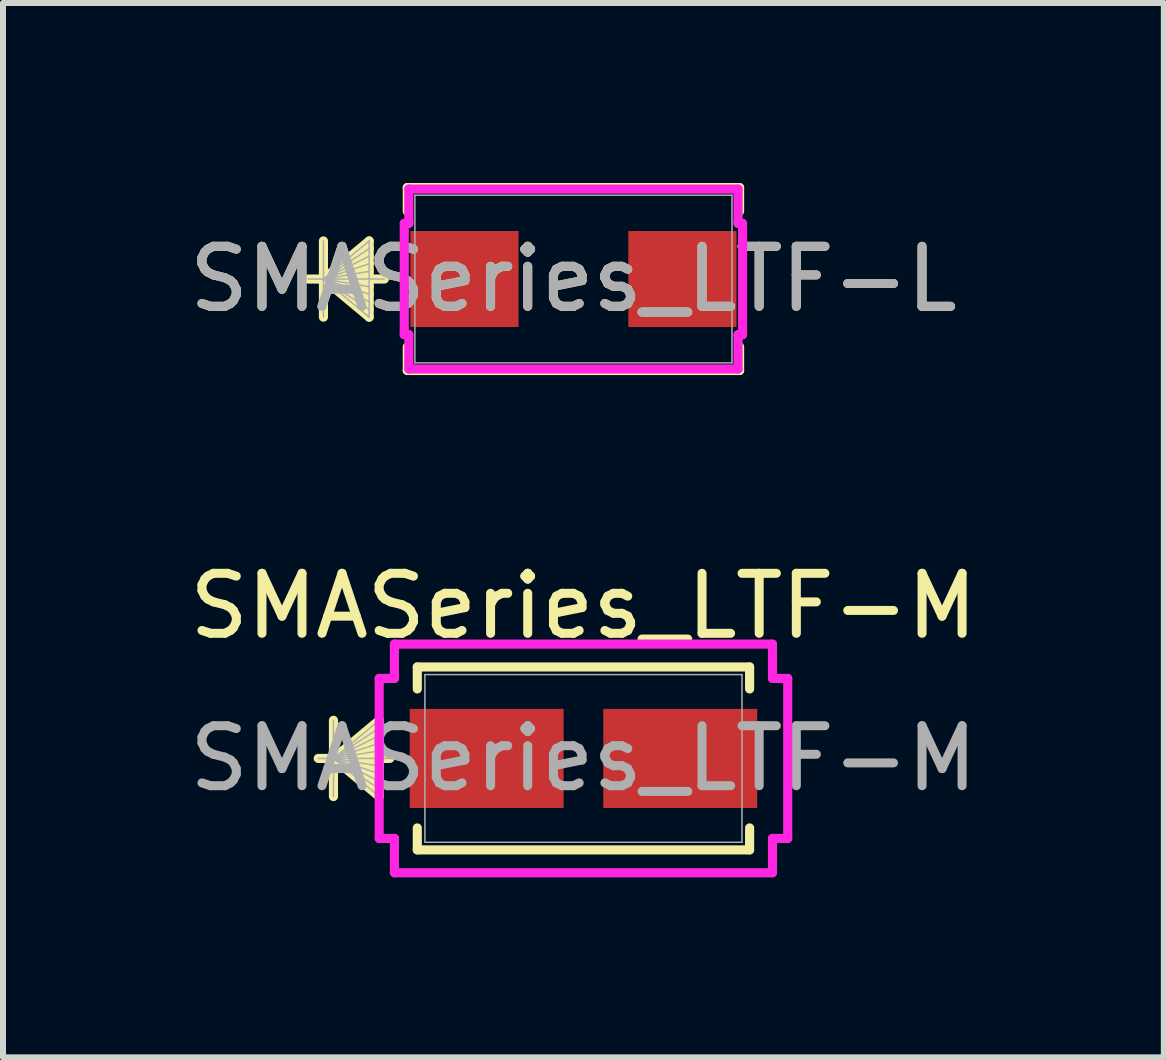
<source format=kicad_pcb>
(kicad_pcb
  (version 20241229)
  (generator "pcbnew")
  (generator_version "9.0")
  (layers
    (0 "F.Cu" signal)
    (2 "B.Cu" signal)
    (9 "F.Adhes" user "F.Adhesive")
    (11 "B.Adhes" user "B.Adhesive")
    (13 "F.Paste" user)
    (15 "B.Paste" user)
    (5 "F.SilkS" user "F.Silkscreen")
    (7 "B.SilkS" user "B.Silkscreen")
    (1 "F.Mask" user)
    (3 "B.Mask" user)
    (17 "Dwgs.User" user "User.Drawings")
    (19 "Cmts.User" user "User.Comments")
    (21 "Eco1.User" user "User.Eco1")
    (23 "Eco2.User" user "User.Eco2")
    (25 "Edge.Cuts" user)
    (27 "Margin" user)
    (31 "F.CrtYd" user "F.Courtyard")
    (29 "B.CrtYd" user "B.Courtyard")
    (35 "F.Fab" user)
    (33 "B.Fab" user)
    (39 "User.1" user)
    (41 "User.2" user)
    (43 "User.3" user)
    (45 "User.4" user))
  (footprint "SMASeries_LTF-M"
    (layer "F.Cu")
    (at 6.673 9.589)
    (property "Reference" "SMASeries_LTF-M" (at 0 -2.54 0) (layer "F.SilkS") (effects (font (size 1 1) (thickness 0.15))))
    (attr smd)
    (fp_line (start -4.166 -0.635) (end -4.166 0.635) (stroke (width 0.152) (type solid)) (layer "F.SilkS"))
    (fp_line (start -4.166 0) (end -3.404 -0.635) (stroke (width 0.152) (type solid)) (layer "F.SilkS"))
    (fp_line (start -4.166 0) (end -3.404 -0.508) (stroke (width 0.152) (type solid)) (layer "F.SilkS"))
    (fp_line (start -4.166 0) (end -3.404 -0.381) (stroke (width 0.152) (type solid)) (layer "F.SilkS"))
    (fp_line (start -4.166 0) (end -3.404 -0.254) (stroke (width 0.152) (type solid)) (layer "F.SilkS"))
    (fp_line (start -4.166 0) (end -3.404 -0.127) (stroke (width 0.152) (type solid)) (layer "F.SilkS"))
    (fp_line (start -4.166 0) (end -3.404 0.127) (stroke (width 0.152) (type solid)) (layer "F.SilkS"))
    (fp_line (start -4.166 0) (end -3.404 0.254) (stroke (width 0.152) (type solid)) (layer "F.SilkS"))
    (fp_line (start -4.166 0) (end -3.404 0.381) (stroke (width 0.152) (type solid)) (layer "F.SilkS"))
    (fp_line (start -4.166 0) (end -3.404 0.508) (stroke (width 0.152) (type solid)) (layer "F.SilkS"))
    (fp_line (start -4.166 0) (end -3.404 0.635) (stroke (width 0.152) (type solid)) (layer "F.SilkS"))
    (fp_line (start -3.404 -0.635) (end -3.404 0.635) (stroke (width 0.152) (type solid)) (layer "F.SilkS"))
    (fp_line (start -3.228 0) (end -4.42 0) (stroke (width 0.152) (type solid)) (layer "F.SilkS"))
    (fp_line (start -2.769 -1.524) (end -2.769 -1.158) (stroke (width 0.152) (type solid)) (layer "F.SilkS"))
    (fp_line (start -2.769 1.158) (end -2.769 1.524) (stroke (width 0.152) (type solid)) (layer "F.SilkS"))
    (fp_line (start -2.769 1.524) (end 2.769 1.524) (stroke (width 0.152) (type solid)) (layer "F.SilkS"))
    (fp_line (start 2.769 -1.524) (end -2.769 -1.524) (stroke (width 0.152) (type solid)) (layer "F.SilkS"))
    (fp_line (start 2.769 -1.158) (end 2.769 -1.524) (stroke (width 0.152) (type solid)) (layer "F.SilkS"))
    (fp_line (start 2.769 1.524) (end 2.769 1.158) (stroke (width 0.152) (type solid)) (layer "F.SilkS"))
    (fp_line (start -3.404 -1.333) (end -3.15 -1.333) (stroke (width 0.152) (type solid)) (layer "F.CrtYd"))
    (fp_line (start -3.404 1.333) (end -3.404 -1.333) (stroke (width 0.152) (type solid)) (layer "F.CrtYd"))
    (fp_line (start -3.15 -1.905) (end 3.15 -1.905) (stroke (width 0.152) (type solid)) (layer "F.CrtYd"))
    (fp_line (start -3.15 -1.333) (end -3.15 -1.905) (stroke (width 0.152) (type solid)) (layer "F.CrtYd"))
    (fp_line (start -3.15 1.333) (end -3.404 1.333) (stroke (width 0.152) (type solid)) (layer "F.CrtYd"))
    (fp_line (start -3.15 1.905) (end -3.15 1.333) (stroke (width 0.152) (type solid)) (layer "F.CrtYd"))
    (fp_line (start 3.15 -1.905) (end 3.15 -1.333) (stroke (width 0.152) (type solid)) (layer "F.CrtYd"))
    (fp_line (start 3.15 -1.333) (end 3.404 -1.333) (stroke (width 0.152) (type solid)) (layer "F.CrtYd"))
    (fp_line (start 3.15 1.333) (end 3.15 1.905) (stroke (width 0.152) (type solid)) (layer "F.CrtYd"))
    (fp_line (start 3.15 1.905) (end -3.15 1.905) (stroke (width 0.152) (type solid)) (layer "F.CrtYd"))
    (fp_line (start 3.404 -1.333) (end 3.404 1.333) (stroke (width 0.152) (type solid)) (layer "F.CrtYd"))
    (fp_line (start 3.404 1.333) (end 3.15 1.333) (stroke (width 0.152) (type solid)) (layer "F.CrtYd"))
    (fp_line (start -4.166 -0.635) (end -4.166 0.635) (stroke (width 0.025) (type solid)) (layer "F.Fab"))
    (fp_line (start -4.166 0) (end -3.404 -0.635) (stroke (width 0.025) (type solid)) (layer "F.Fab"))
    (fp_line (start -4.166 0) (end -3.404 -0.508) (stroke (width 0.025) (type solid)) (layer "F.Fab"))
    (fp_line (start -4.166 0) (end -3.404 -0.381) (stroke (width 0.025) (type solid)) (layer "F.Fab"))
    (fp_line (start -4.166 0) (end -3.404 -0.254) (stroke (width 0.025) (type solid)) (layer "F.Fab"))
    (fp_line (start -4.166 0) (end -3.404 -0.127) (stroke (width 0.025) (type solid)) (layer "F.Fab"))
    (fp_line (start -4.166 0) (end -3.404 0.127) (stroke (width 0.025) (type solid)) (layer "F.Fab"))
    (fp_line (start -4.166 0) (end -3.404 0.254) (stroke (width 0.025) (type solid)) (layer "F.Fab"))
    (fp_line (start -4.166 0) (end -3.404 0.381) (stroke (width 0.025) (type solid)) (layer "F.Fab"))
    (fp_line (start -4.166 0) (end -3.404 0.508) (stroke (width 0.025) (type solid)) (layer "F.Fab"))
    (fp_line (start -4.166 0) (end -3.404 0.635) (stroke (width 0.025) (type solid)) (layer "F.Fab"))
    (fp_line (start -3.404 -0.635) (end -3.404 0.635) (stroke (width 0.025) (type solid)) (layer "F.Fab"))
    (fp_line (start -3.15 0) (end -4.42 0) (stroke (width 0.025) (type solid)) (layer "F.Fab"))
    (fp_line (start -2.642 -1.397) (end -2.642 1.397) (stroke (width 0.025) (type solid)) (layer "F.Fab"))
    (fp_line (start -2.642 1.397) (end 2.642 1.397) (stroke (width 0.025) (type solid)) (layer "F.Fab"))
    (fp_line (start 2.642 -1.397) (end -2.642 -1.397) (stroke (width 0.025) (type solid)) (layer "F.Fab"))
    (fp_line (start 2.642 1.397) (end 2.642 -1.397) (stroke (width 0.025) (type solid)) (layer "F.Fab"))
    (fp_text user "${REFERENCE}" (at 0 0 0) (unlocked yes) (layer "F.Fab") (effects (font (size 1 1) (thickness 0.15))))
    (pad "1" smd rect (at -1.613 0 90) (size 1.651 2.565) (layers "F.Cu" "F.Mask" "F.Paste"))
    (pad "2" smd rect (at 1.613 0 90) (size 1.651 2.565) (layers "F.Cu" "F.Mask" "F.Paste"))
    (zone (net_name "") (layer "F.Cu") (hatch full 0.508) (connect_pads) (min_thickness 0.254) (filled_areas_thickness no) (keepout (tracks not_allowed) (vias not_allowed) (pads allowed) (copperpour not_allowed) (footprints allowed)) (placement (enabled no)) (fill) (polygon (pts (xy 4.082 8.242) (xy 9.263 8.242) (xy 9.263 8.712) (xy 4.082 8.712))))
    (zone (net_name "") (layer "F.Cu") (hatch full 0.508) (connect_pads) (min_thickness 0.254) (filled_areas_thickness no) (keepout (tracks not_allowed) (vias not_allowed) (pads allowed) (copperpour not_allowed) (footprints allowed)) (placement (enabled no)) (fill) (polygon (pts (xy 4.082 10.465) (xy 9.263 10.465) (xy 9.263 10.935) (xy 4.082 10.935))))
    (zone (net_name "") (layer "F.Cu") (hatch full 0.508) (connect_pads) (min_thickness 0.254) (filled_areas_thickness no) (keepout (tracks not_allowed) (vias not_allowed) (pads allowed) (copperpour not_allowed) (footprints allowed)) (placement (enabled no)) (fill) (polygon (pts (xy 6.393 8.712) (xy 6.952 8.712) (xy 6.952 10.465) (xy 6.393 10.465)))))
  (footprint "SMASeries_LTF-L"
    (layer "F.Cu")
    (at 6.506 1.6)
    (property "Reference" "SMASeries_LTF-L" (at 0 0 0) (unlocked yes) (layer "F.SilkS") (effects (font (size 1 1) (thickness 0.15))))
    (attr smd)
    (fp_line (start -4.166 -0.635) (end -4.166 0.635) (stroke (width 0.152) (type solid)) (layer "F.SilkS"))
    (fp_line (start -4.166 0) (end -3.404 -0.635) (stroke (width 0.152) (type solid)) (layer "F.SilkS"))
    (fp_line (start -4.166 0) (end -3.404 -0.508) (stroke (width 0.152) (type solid)) (layer "F.SilkS"))
    (fp_line (start -4.166 0) (end -3.404 -0.381) (stroke (width 0.152) (type solid)) (layer "F.SilkS"))
    (fp_line (start -4.166 0) (end -3.404 -0.254) (stroke (width 0.152) (type solid)) (layer "F.SilkS"))
    (fp_line (start -4.166 0) (end -3.404 -0.127) (stroke (width 0.152) (type solid)) (layer "F.SilkS"))
    (fp_line (start -4.166 0) (end -3.404 0.127) (stroke (width 0.152) (type solid)) (layer "F.SilkS"))
    (fp_line (start -4.166 0) (end -3.404 0.254) (stroke (width 0.152) (type solid)) (layer "F.SilkS"))
    (fp_line (start -4.166 0) (end -3.404 0.381) (stroke (width 0.152) (type solid)) (layer "F.SilkS"))
    (fp_line (start -4.166 0) (end -3.404 0.508) (stroke (width 0.152) (type solid)) (layer "F.SilkS"))
    (fp_line (start -4.166 0) (end -3.404 0.635) (stroke (width 0.152) (type solid)) (layer "F.SilkS"))
    (fp_line (start -3.404 -0.635) (end -3.404 0.635) (stroke (width 0.152) (type solid)) (layer "F.SilkS"))
    (fp_line (start -3.15 0) (end -4.42 0) (stroke (width 0.152) (type solid)) (layer "F.SilkS"))
    (fp_line (start -2.769 -1.524) (end -2.769 -1.129) (stroke (width 0.152) (type solid)) (layer "F.SilkS"))
    (fp_line (start -2.769 1.129) (end -2.769 1.524) (stroke (width 0.152) (type solid)) (layer "F.SilkS"))
    (fp_line (start -2.769 1.524) (end 2.769 1.524) (stroke (width 0.152) (type solid)) (layer "F.SilkS"))
    (fp_line (start 2.769 -1.524) (end -2.769 -1.524) (stroke (width 0.152) (type solid)) (layer "F.SilkS"))
    (fp_line (start 2.769 -1.129) (end 2.769 -1.524) (stroke (width 0.152) (type solid)) (layer "F.SilkS"))
    (fp_line (start 2.769 1.524) (end 2.769 1.129) (stroke (width 0.152) (type solid)) (layer "F.SilkS"))
    (fp_line (start -2.819 -0.927) (end -2.743 -0.927) (stroke (width 0.152) (type solid)) (layer "F.CrtYd"))
    (fp_line (start -2.819 0.927) (end -2.819 -0.927) (stroke (width 0.152) (type solid)) (layer "F.CrtYd"))
    (fp_line (start -2.743 -1.499) (end 2.743 -1.499) (stroke (width 0.152) (type solid)) (layer "F.CrtYd"))
    (fp_line (start -2.743 -0.927) (end -2.743 -1.499) (stroke (width 0.152) (type solid)) (layer "F.CrtYd"))
    (fp_line (start -2.743 0.927) (end -2.819 0.927) (stroke (width 0.152) (type solid)) (layer "F.CrtYd"))
    (fp_line (start -2.743 1.499) (end -2.743 0.927) (stroke (width 0.152) (type solid)) (layer "F.CrtYd"))
    (fp_line (start 2.743 -1.499) (end 2.743 -0.927) (stroke (width 0.152) (type solid)) (layer "F.CrtYd"))
    (fp_line (start 2.743 -0.927) (end 2.819 -0.927) (stroke (width 0.152) (type solid)) (layer "F.CrtYd"))
    (fp_line (start 2.743 0.927) (end 2.743 1.499) (stroke (width 0.152) (type solid)) (layer "F.CrtYd"))
    (fp_line (start 2.743 1.499) (end -2.743 1.499) (stroke (width 0.152) (type solid)) (layer "F.CrtYd"))
    (fp_line (start 2.819 -0.927) (end 2.819 0.927) (stroke (width 0.152) (type solid)) (layer "F.CrtYd"))
    (fp_line (start 2.819 0.927) (end 2.743 0.927) (stroke (width 0.152) (type solid)) (layer "F.CrtYd"))
    (fp_line (start -4.166 -0.635) (end -4.166 0.635) (stroke (width 0.025) (type solid)) (layer "F.Fab"))
    (fp_line (start -4.166 0) (end -3.404 -0.635) (stroke (width 0.025) (type solid)) (layer "F.Fab"))
    (fp_line (start -4.166 0) (end -3.404 -0.508) (stroke (width 0.025) (type solid)) (layer "F.Fab"))
    (fp_line (start -4.166 0) (end -3.404 -0.381) (stroke (width 0.025) (type solid)) (layer "F.Fab"))
    (fp_line (start -4.166 0) (end -3.404 -0.254) (stroke (width 0.025) (type solid)) (layer "F.Fab"))
    (fp_line (start -4.166 0) (end -3.404 -0.127) (stroke (width 0.025) (type solid)) (layer "F.Fab"))
    (fp_line (start -4.166 0) (end -3.404 0.127) (stroke (width 0.025) (type solid)) (layer "F.Fab"))
    (fp_line (start -4.166 0) (end -3.404 0.254) (stroke (width 0.025) (type solid)) (layer "F.Fab"))
    (fp_line (start -4.166 0) (end -3.404 0.381) (stroke (width 0.025) (type solid)) (layer "F.Fab"))
    (fp_line (start -4.166 0) (end -3.404 0.508) (stroke (width 0.025) (type solid)) (layer "F.Fab"))
    (fp_line (start -4.166 0) (end -3.404 0.635) (stroke (width 0.025) (type solid)) (layer "F.Fab"))
    (fp_line (start -3.404 -0.635) (end -3.404 0.635) (stroke (width 0.025) (type solid)) (layer "F.Fab"))
    (fp_line (start -3.15 0) (end -4.42 0) (stroke (width 0.025) (type solid)) (layer "F.Fab"))
    (fp_line (start -2.642 -1.397) (end -2.642 1.397) (stroke (width 0.025) (type solid)) (layer "F.Fab"))
    (fp_line (start -2.642 1.397) (end 2.642 1.397) (stroke (width 0.025) (type solid)) (layer "F.Fab"))
    (fp_line (start 2.642 -1.397) (end -2.642 -1.397) (stroke (width 0.025) (type solid)) (layer "F.Fab"))
    (fp_line (start 2.642 1.397) (end 2.642 -1.397) (stroke (width 0.025) (type solid)) (layer "F.Fab"))
    (fp_text user "${REFERENCE}" (at 0 0 0) (unlocked yes) (layer "F.Fab") (effects (font (size 1 1) (thickness 0.15))))
    (pad "1" smd rect (at -1.816 0 90) (size 1.6 1.803) (layers "F.Cu" "F.Mask" "F.Paste"))
    (pad "2" smd rect (at 1.816 0 90) (size 1.6 1.803) (layers "F.Cu" "F.Mask" "F.Paste"))
    (zone (net_name "") (layer "F.Cu") (hatch full 0.508) (connect_pads) (min_thickness 0.254) (filled_areas_thickness no) (keepout (tracks not_allowed) (vias not_allowed) (pads allowed) (copperpour not_allowed) (footprints allowed)) (placement (enabled no)) (fill) (polygon (pts (xy 3.915 0.254) (xy 9.097 0.254) (xy 9.097 0.724) (xy 3.915 0.724))))
    (zone (net_name "") (layer "F.Cu") (hatch full 0.508) (connect_pads) (min_thickness 0.254) (filled_areas_thickness no) (keepout (tracks not_allowed) (vias not_allowed) (pads allowed) (copperpour not_allowed) (footprints allowed)) (placement (enabled no)) (fill) (polygon (pts (xy 3.915 2.477) (xy 9.097 2.477) (xy 9.097 2.946) (xy 3.915 2.946))))
    (zone (net_name "") (layer "F.Cu") (hatch full 0.508) (connect_pads) (min_thickness 0.254) (filled_areas_thickness no) (keepout (tracks not_allowed) (vias not_allowed) (pads allowed) (copperpour not_allowed) (footprints allowed)) (placement (enabled no)) (fill) (polygon (pts (xy 5.642 0.724) (xy 7.37 0.724) (xy 7.37 2.477) (xy 5.642 2.477)))))
  (gr_rect
    (start -3 -3)
    (end 16.345 14.57)
    (stroke (width 0.1) (type default))
    (fill no)
    (layer "Edge.Cuts")))
</source>
